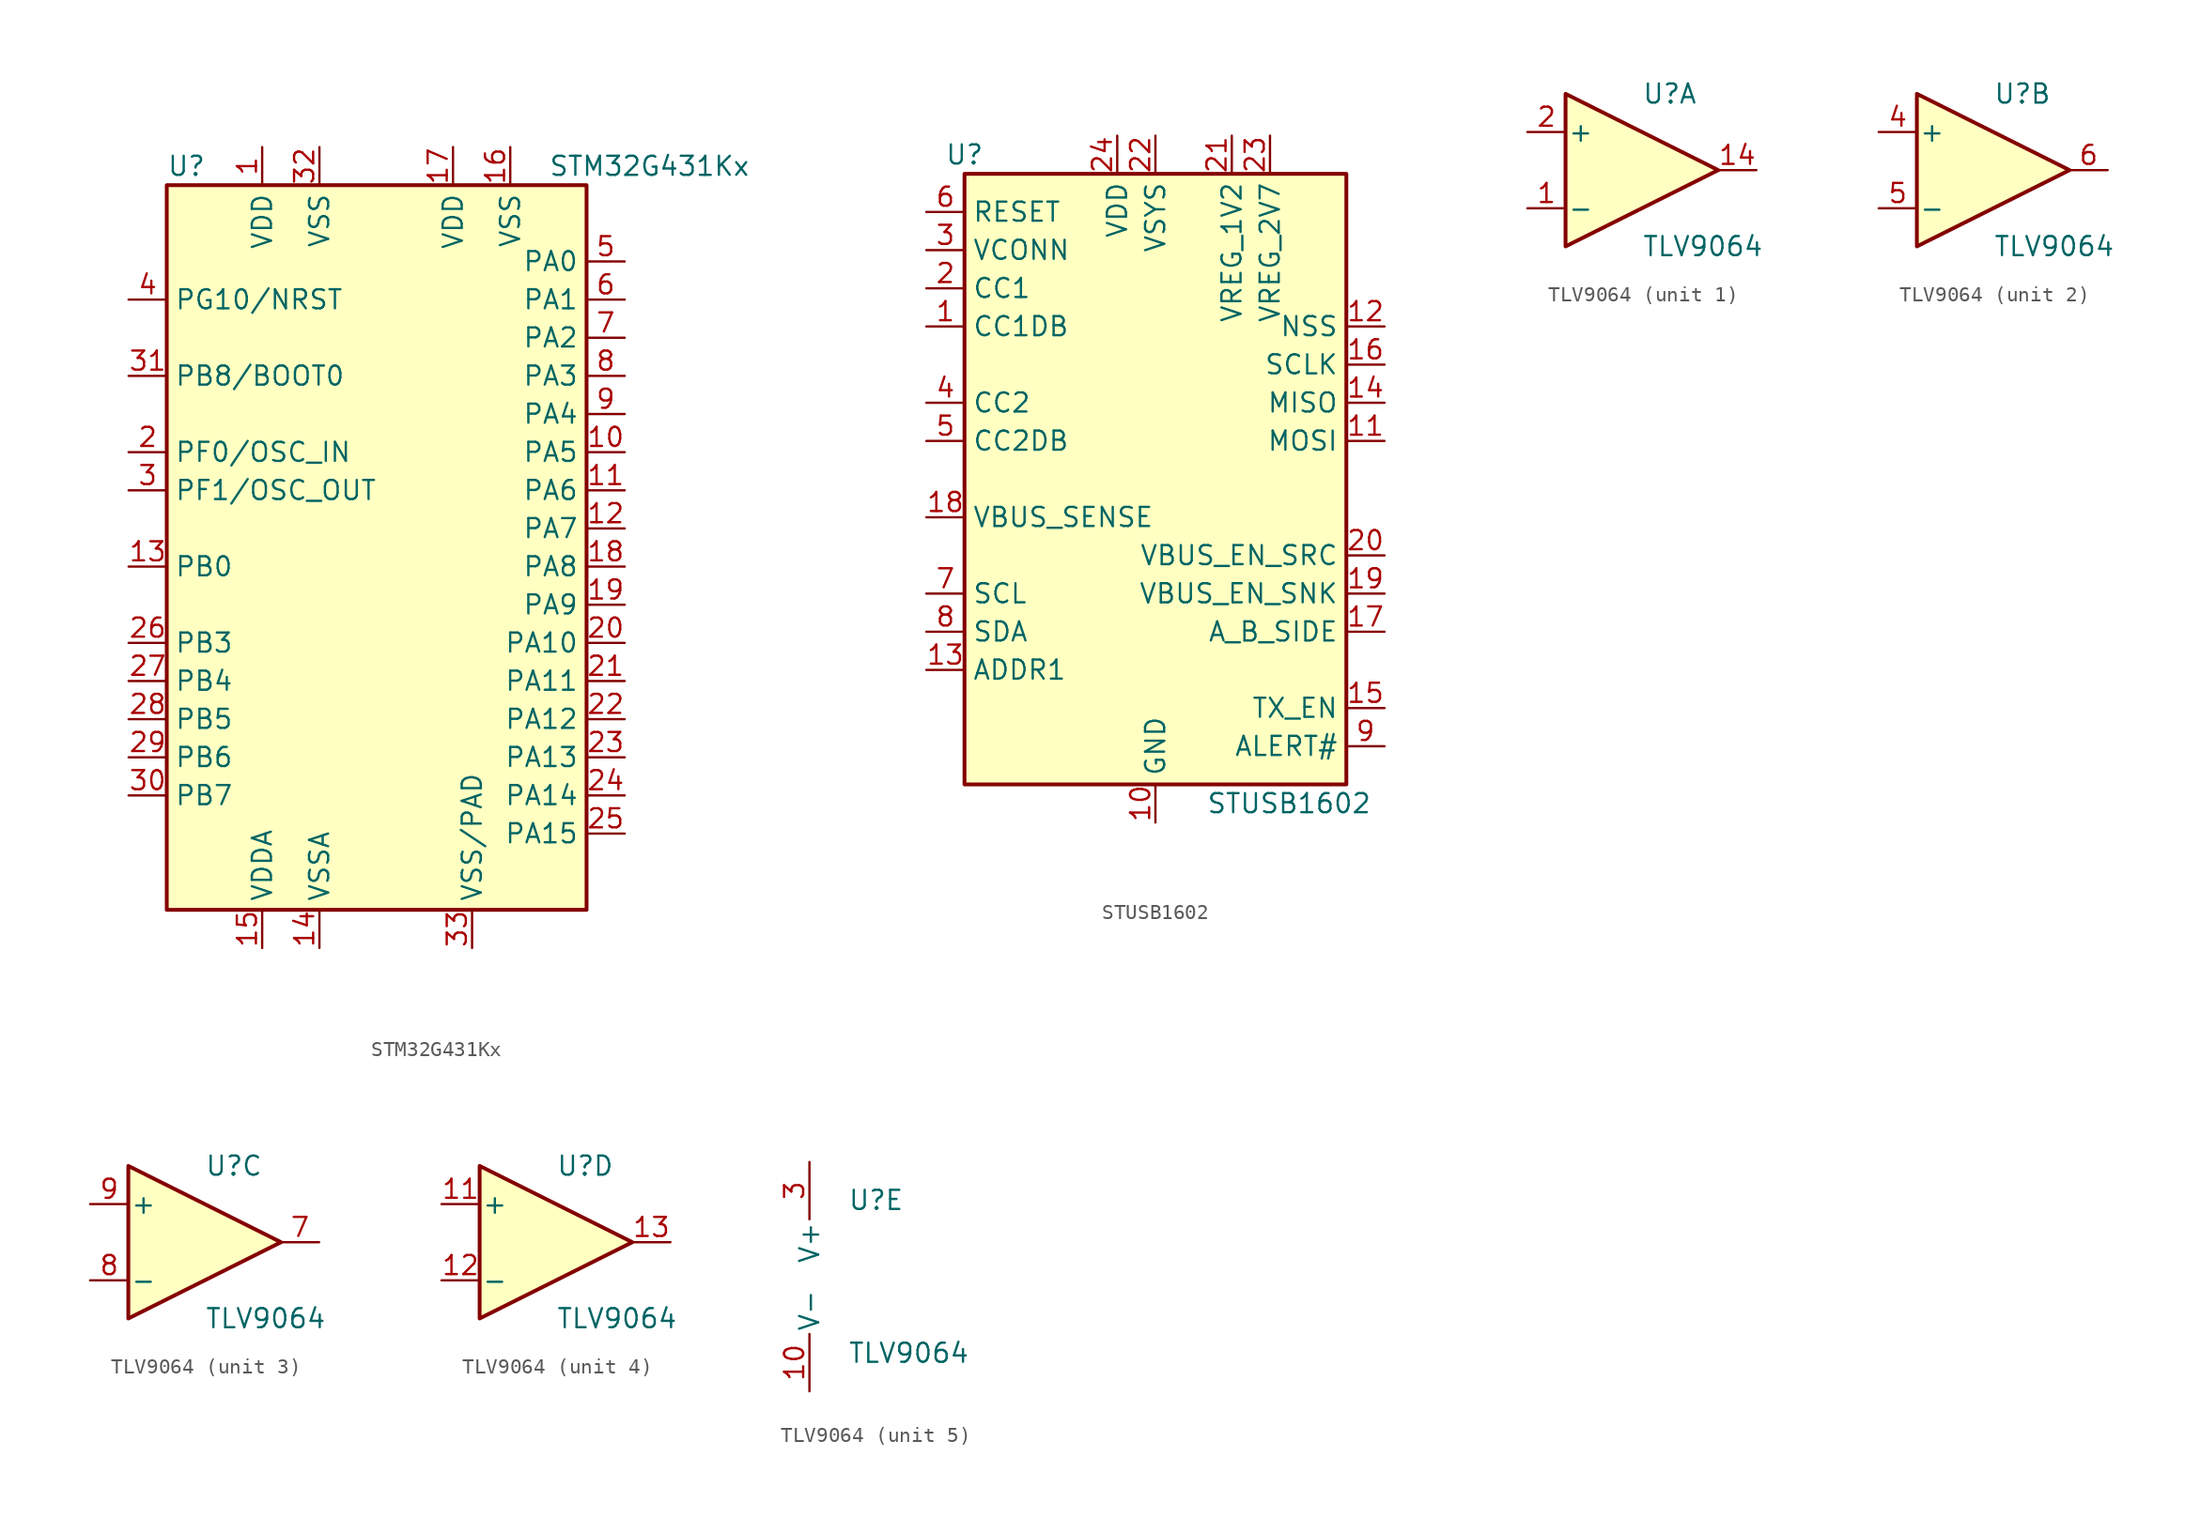
<source format=kicad_sym>
(kicad_symbol_lib
  (version 20231120)
  (generator "kicad_symbol_editor")
  (generator_version "8.0")
  (symbol "STM32G431Kx"
    (property "Reference" "U"
      (at -13.97 25.4 0)
      (effects (font (size 1.27 1.27)) (justify left)))
    (property "Value" "STM32G431Kx"
      (at 11.43 25.4 0)
      (effects (font (size 1.27 1.27)) (justify left)))
    (symbol "STM32G431Kx_0_1"
      (rectangle (start -13.97 -24.13) (end 13.97 24.13) (stroke (width 0.254) (type default)) (fill (type background))))
    (symbol "STM32G431Kx_1_1"
      (pin power_in line (at -7.62 26.67 270) (length 2.54) (name "VDD" (effects (font (size 1.27 1.27)))) (number "1" (effects (font (size 1.27 1.27)))))
      (pin bidirectional line (at 16.51 6.35 180) (length 2.54) (name "PA5" (effects (font (size 1.27 1.27)))) (number "10" (effects (font (size 1.27 1.27)))))
      (pin bidirectional line (at 16.51 3.81 180) (length 2.54) (name "PA6" (effects (font (size 1.27 1.27)))) (number "11" (effects (font (size 1.27 1.27)))))
      (pin bidirectional line (at 16.51 1.27 180) (length 2.54) (name "PA7" (effects (font (size 1.27 1.27)))) (number "12" (effects (font (size 1.27 1.27)))))
      (pin bidirectional line (at -16.51 -1.27 0) (length 2.54) (name "PB0" (effects (font (size 1.27 1.27)))) (number "13" (effects (font (size 1.27 1.27)))))
      (pin power_in line (at -3.81 -26.67 90) (length 2.54) (name "VSSA" (effects (font (size 1.27 1.27)))) (number "14" (effects (font (size 1.27 1.27)))))
      (pin power_in line (at -7.62 -26.67 90) (length 2.54) (name "VDDA" (effects (font (size 1.27 1.27)))) (number "15" (effects (font (size 1.27 1.27)))))
      (pin power_in line (at 8.89 26.67 270) (length 2.54) (name "VSS" (effects (font (size 1.27 1.27)))) (number "16" (effects (font (size 1.27 1.27)))))
      (pin power_in line (at 5.08 26.67 270) (length 2.54) (name "VDD" (effects (font (size 1.27 1.27)))) (number "17" (effects (font (size 1.27 1.27)))))
      (pin bidirectional line (at 16.51 -1.27 180) (length 2.54) (name "PA8" (effects (font (size 1.27 1.27)))) (number "18" (effects (font (size 1.27 1.27)))))
      (pin bidirectional line (at 16.51 -3.81 180) (length 2.54) (name "PA9" (effects (font (size 1.27 1.27)))) (number "19" (effects (font (size 1.27 1.27)))))
      (pin input line (at -16.51 6.35 0) (length 2.54) (name "PF0/OSC_IN" (effects (font (size 1.27 1.27)))) (number "2" (effects (font (size 1.27 1.27)))))
      (pin bidirectional line (at 16.51 -6.35 180) (length 2.54) (name "PA10" (effects (font (size 1.27 1.27)))) (number "20" (effects (font (size 1.27 1.27)))))
      (pin bidirectional line (at 16.51 -8.89 180) (length 2.54) (name "PA11" (effects (font (size 1.27 1.27)))) (number "21" (effects (font (size 1.27 1.27)))))
      (pin bidirectional line (at 16.51 -11.43 180) (length 2.54) (name "PA12" (effects (font (size 1.27 1.27)))) (number "22" (effects (font (size 1.27 1.27)))))
      (pin bidirectional line (at 16.51 -13.97 180) (length 2.54) (name "PA13" (effects (font (size 1.27 1.27)))) (number "23" (effects (font (size 1.27 1.27)))))
      (pin bidirectional line (at 16.51 -16.51 180) (length 2.54) (name "PA14" (effects (font (size 1.27 1.27)))) (number "24" (effects (font (size 1.27 1.27)))))
      (pin bidirectional line (at 16.51 -19.05 180) (length 2.54) (name "PA15" (effects (font (size 1.27 1.27)))) (number "25" (effects (font (size 1.27 1.27)))))
      (pin bidirectional line (at -16.51 -6.35 0) (length 2.54) (name "PB3" (effects (font (size 1.27 1.27)))) (number "26" (effects (font (size 1.27 1.27)))))
      (pin bidirectional line (at -16.51 -8.89 0) (length 2.54) (name "PB4" (effects (font (size 1.27 1.27)))) (number "27" (effects (font (size 1.27 1.27)))))
      (pin bidirectional line (at -16.51 -11.43 0) (length 2.54) (name "PB5" (effects (font (size 1.27 1.27)))) (number "28" (effects (font (size 1.27 1.27)))))
      (pin bidirectional line (at -16.51 -13.97 0) (length 2.54) (name "PB6" (effects (font (size 1.27 1.27)))) (number "29" (effects (font (size 1.27 1.27)))))
      (pin input line (at -16.51 3.81 0) (length 2.54) (name "PF1/OSC_OUT" (effects (font (size 1.27 1.27)))) (number "3" (effects (font (size 1.27 1.27)))))
      (pin bidirectional line (at -16.51 -16.51 0) (length 2.54) (name "PB7" (effects (font (size 1.27 1.27)))) (number "30" (effects (font (size 1.27 1.27)))))
      (pin bidirectional line (at -16.51 11.43 0) (length 2.54) (name "PB8/BOOT0" (effects (font (size 1.27 1.27)))) (number "31" (effects (font (size 1.27 1.27)))))
      (pin power_in line (at -3.81 26.67 270) (length 2.54) (name "VSS" (effects (font (size 1.27 1.27)))) (number "32" (effects (font (size 1.27 1.27)))))
      (pin power_in line (at 6.35 -26.67 90) (length 2.54) (name "VSS/PAD" (effects (font (size 1.27 1.27)))) (number "33" (effects (font (size 1.27 1.27)))))
      (pin input line (at -16.51 16.51 0) (length 2.54) (name "PG10/NRST" (effects (font (size 1.27 1.27)))) (number "4" (effects (font (size 1.27 1.27)))))
      (pin bidirectional line (at 16.51 19.05 180) (length 2.54) (name "PA0" (effects (font (size 1.27 1.27)))) (number "5" (effects (font (size 1.27 1.27)))))
      (pin bidirectional line (at 16.51 16.51 180) (length 2.54) (name "PA1" (effects (font (size 1.27 1.27)))) (number "6" (effects (font (size 1.27 1.27)))))
      (pin bidirectional line (at 16.51 13.97 180) (length 2.54) (name "PA2" (effects (font (size 1.27 1.27)))) (number "7" (effects (font (size 1.27 1.27)))))
      (pin bidirectional line (at 16.51 11.43 180) (length 2.54) (name "PA3" (effects (font (size 1.27 1.27)))) (number "8" (effects (font (size 1.27 1.27)))))
      (pin bidirectional line (at 16.51 8.89 180) (length 2.54) (name "PA4" (effects (font (size 1.27 1.27)))) (number "9" (effects (font (size 1.27 1.27)))))))
  (symbol "STUSB1602"
    (property "Reference" "U"
      (at -12.7 21.59 0)
      (effects (font (size 1.27 1.27))))
    (property "Value" "STUSB1602"
      (at 8.89 -21.59 0)
      (effects (font (size 1.27 1.27))))
    (symbol "STUSB1602_0_1"
      (rectangle (start -12.7 20.32) (end 12.7 -20.32) (stroke (width 0.254) (type default)) (fill (type background))))
    (symbol "STUSB1602_1_1"
      (pin bidirectional line (at -15.24 10.16 0) (length 2.54) (name "CC1DB" (effects (font (size 1.27 1.27)))) (number "1" (effects (font (size 1.27 1.27)))))
      (pin power_in line (at 0 -22.86 90) (length 2.54) (name "GND" (effects (font (size 1.27 1.27)))) (number "10" (effects (font (size 1.27 1.27)))))
      (pin output line (at 15.24 2.54 180) (length 2.54) (name "MOSI" (effects (font (size 1.27 1.27)))) (number "11" (effects (font (size 1.27 1.27)))))
      (pin input line (at 15.24 10.16 180) (length 2.54) (name "NSS" (effects (font (size 1.27 1.27)))) (number "12" (effects (font (size 1.27 1.27)))))
      (pin input line (at -15.24 -12.7 0) (length 2.54) (name "ADDR1" (effects (font (size 1.27 1.27)))) (number "13" (effects (font (size 1.27 1.27)))))
      (pin input line (at 15.24 5.08 180) (length 2.54) (name "MISO" (effects (font (size 1.27 1.27)))) (number "14" (effects (font (size 1.27 1.27)))))
      (pin input line (at 15.24 -15.24 180) (length 2.54) (name "TX_EN" (effects (font (size 1.27 1.27)))) (number "15" (effects (font (size 1.27 1.27)))))
      (pin output line (at 15.24 7.62 180) (length 2.54) (name "SCLK" (effects (font (size 1.27 1.27)))) (number "16" (effects (font (size 1.27 1.27)))))
      (pin open_collector line (at 15.24 -10.16 180) (length 2.54) (name "A_B_SIDE" (effects (font (size 1.27 1.27)))) (number "17" (effects (font (size 1.27 1.27)))))
      (pin input line (at -15.24 -2.54 0) (length 2.54) (name "VBUS_SENSE" (effects (font (size 1.27 1.27)))) (number "18" (effects (font (size 1.27 1.27)))))
      (pin open_collector line (at 15.24 -7.62 180) (length 2.54) (name "VBUS_EN_SNK" (effects (font (size 1.27 1.27)))) (number "19" (effects (font (size 1.27 1.27)))))
      (pin bidirectional line (at -15.24 12.7 0) (length 2.54) (name "CC1" (effects (font (size 1.27 1.27)))) (number "2" (effects (font (size 1.27 1.27)))))
      (pin open_collector line (at 15.24 -5.08 180) (length 2.54) (name "VBUS_EN_SRC" (effects (font (size 1.27 1.27)))) (number "20" (effects (font (size 1.27 1.27)))))
      (pin power_out line (at 5.08 22.86 270) (length 2.54) (name "VREG_1V2" (effects (font (size 1.27 1.27)))) (number "21" (effects (font (size 1.27 1.27)))))
      (pin power_in line (at 0 22.86 270) (length 2.54) (name "VSYS" (effects (font (size 1.27 1.27)))) (number "22" (effects (font (size 1.27 1.27)))))
      (pin power_out line (at 7.62 22.86 270) (length 2.54) (name "VREG_2V7" (effects (font (size 1.27 1.27)))) (number "23" (effects (font (size 1.27 1.27)))))
      (pin power_in line (at -2.54 22.86 270) (length 2.54) (name "VDD" (effects (font (size 1.27 1.27)))) (number "24" (effects (font (size 1.27 1.27)))))
      (pin passive line (at 0 -22.86 90) (length 2.54) hide (name "GND" (effects (font (size 1.27 1.27)))) (number "25" (effects (font (size 1.27 1.27)))))
      (pin power_in line (at -15.24 15.24 0) (length 2.54) (name "VCONN" (effects (font (size 1.27 1.27)))) (number "3" (effects (font (size 1.27 1.27)))))
      (pin bidirectional line (at -15.24 5.08 0) (length 2.54) (name "CC2" (effects (font (size 1.27 1.27)))) (number "4" (effects (font (size 1.27 1.27)))))
      (pin bidirectional line (at -15.24 2.54 0) (length 2.54) (name "CC2DB" (effects (font (size 1.27 1.27)))) (number "5" (effects (font (size 1.27 1.27)))))
      (pin input line (at -15.24 17.78 0) (length 2.54) (name "RESET" (effects (font (size 1.27 1.27)))) (number "6" (effects (font (size 1.27 1.27)))))
      (pin input line (at -15.24 -7.62 0) (length 2.54) (name "SCL" (effects (font (size 1.27 1.27)))) (number "7" (effects (font (size 1.27 1.27)))))
      (pin bidirectional line (at -15.24 -10.16 0) (length 2.54) (name "SDA" (effects (font (size 1.27 1.27)))) (number "8" (effects (font (size 1.27 1.27)))))
      (pin open_collector line (at 15.24 -17.78 180) (length 2.54) (name "ALERT#" (effects (font (size 1.27 1.27)))) (number "9" (effects (font (size 1.27 1.27)))))))
  (symbol "TLV9064"
    (pin_names
      (offset 0.127))
    (property "Reference" "U"
      (at 0 5.08 0)
      (effects (font (size 1.27 1.27)) (justify left)))
    (property "Value" "TLV9064"
      (at 0 -5.08 0)
      (effects (font (size 1.27 1.27)) (justify left)))
    (property "ki_locked" ""
      (at 0 0 0)
      (effects (font (size 1.27 1.27))))
    (symbol "TLV9064_1_1"
      (polyline (pts (xy -5.08 5.08) (xy 5.08 0) (xy -5.08 -5.08) (xy -5.08 5.08)) (stroke (width 0.254) (type default)) (fill (type background)))
      (pin input line (at -7.62 -2.54 0) (length 2.54) (name "-" (effects (font (size 1.27 1.27)))) (number "1" (effects (font (size 1.27 1.27)))))
      (pin output line (at 7.62 0 180) (length 2.54) (name "~" (effects (font (size 1.27 1.27)))) (number "14" (effects (font (size 1.27 1.27)))))
      (pin input line (at -7.62 2.54 0) (length 2.54) (name "+" (effects (font (size 1.27 1.27)))) (number "2" (effects (font (size 1.27 1.27))))))
    (symbol "TLV9064_2_1"
      (polyline (pts (xy -5.08 5.08) (xy 5.08 0) (xy -5.08 -5.08) (xy -5.08 5.08)) (stroke (width 0.254) (type default)) (fill (type background)))
      (pin input line (at -7.62 2.54 0) (length 2.54) (name "+" (effects (font (size 1.27 1.27)))) (number "4" (effects (font (size 1.27 1.27)))))
      (pin input line (at -7.62 -2.54 0) (length 2.54) (name "-" (effects (font (size 1.27 1.27)))) (number "5" (effects (font (size 1.27 1.27)))))
      (pin output line (at 7.62 0 180) (length 2.54) (name "~" (effects (font (size 1.27 1.27)))) (number "6" (effects (font (size 1.27 1.27))))))
    (symbol "TLV9064_3_1"
      (polyline (pts (xy -5.08 5.08) (xy 5.08 0) (xy -5.08 -5.08) (xy -5.08 5.08)) (stroke (width 0.254) (type default)) (fill (type background)))
      (pin output line (at 7.62 0 180) (length 2.54) (name "~" (effects (font (size 1.27 1.27)))) (number "7" (effects (font (size 1.27 1.27)))))
      (pin input line (at -7.62 -2.54 0) (length 2.54) (name "-" (effects (font (size 1.27 1.27)))) (number "8" (effects (font (size 1.27 1.27)))))
      (pin input line (at -7.62 2.54 0) (length 2.54) (name "+" (effects (font (size 1.27 1.27)))) (number "9" (effects (font (size 1.27 1.27))))))
    (symbol "TLV9064_4_1"
      (polyline (pts (xy -5.08 5.08) (xy 5.08 0) (xy -5.08 -5.08) (xy -5.08 5.08)) (stroke (width 0.254) (type default)) (fill (type background)))
      (pin input line (at -7.62 2.54 0) (length 2.54) (name "+" (effects (font (size 1.27 1.27)))) (number "11" (effects (font (size 1.27 1.27)))))
      (pin input line (at -7.62 -2.54 0) (length 2.54) (name "-" (effects (font (size 1.27 1.27)))) (number "12" (effects (font (size 1.27 1.27)))))
      (pin output line (at 7.62 0 180) (length 2.54) (name "~" (effects (font (size 1.27 1.27)))) (number "13" (effects (font (size 1.27 1.27))))))
    (symbol "TLV9064_5_1"
      (pin power_in line (at -2.54 -7.62 90) (length 3.81) (name "V-" (effects (font (size 1.27 1.27)))) (number "10" (effects (font (size 1.27 1.27)))))
      (pin power_in line (at -2.54 7.62 270) (length 3.81) (name "V+" (effects (font (size 1.27 1.27)))) (number "3" (effects (font (size 1.27 1.27))))))))
</source>
